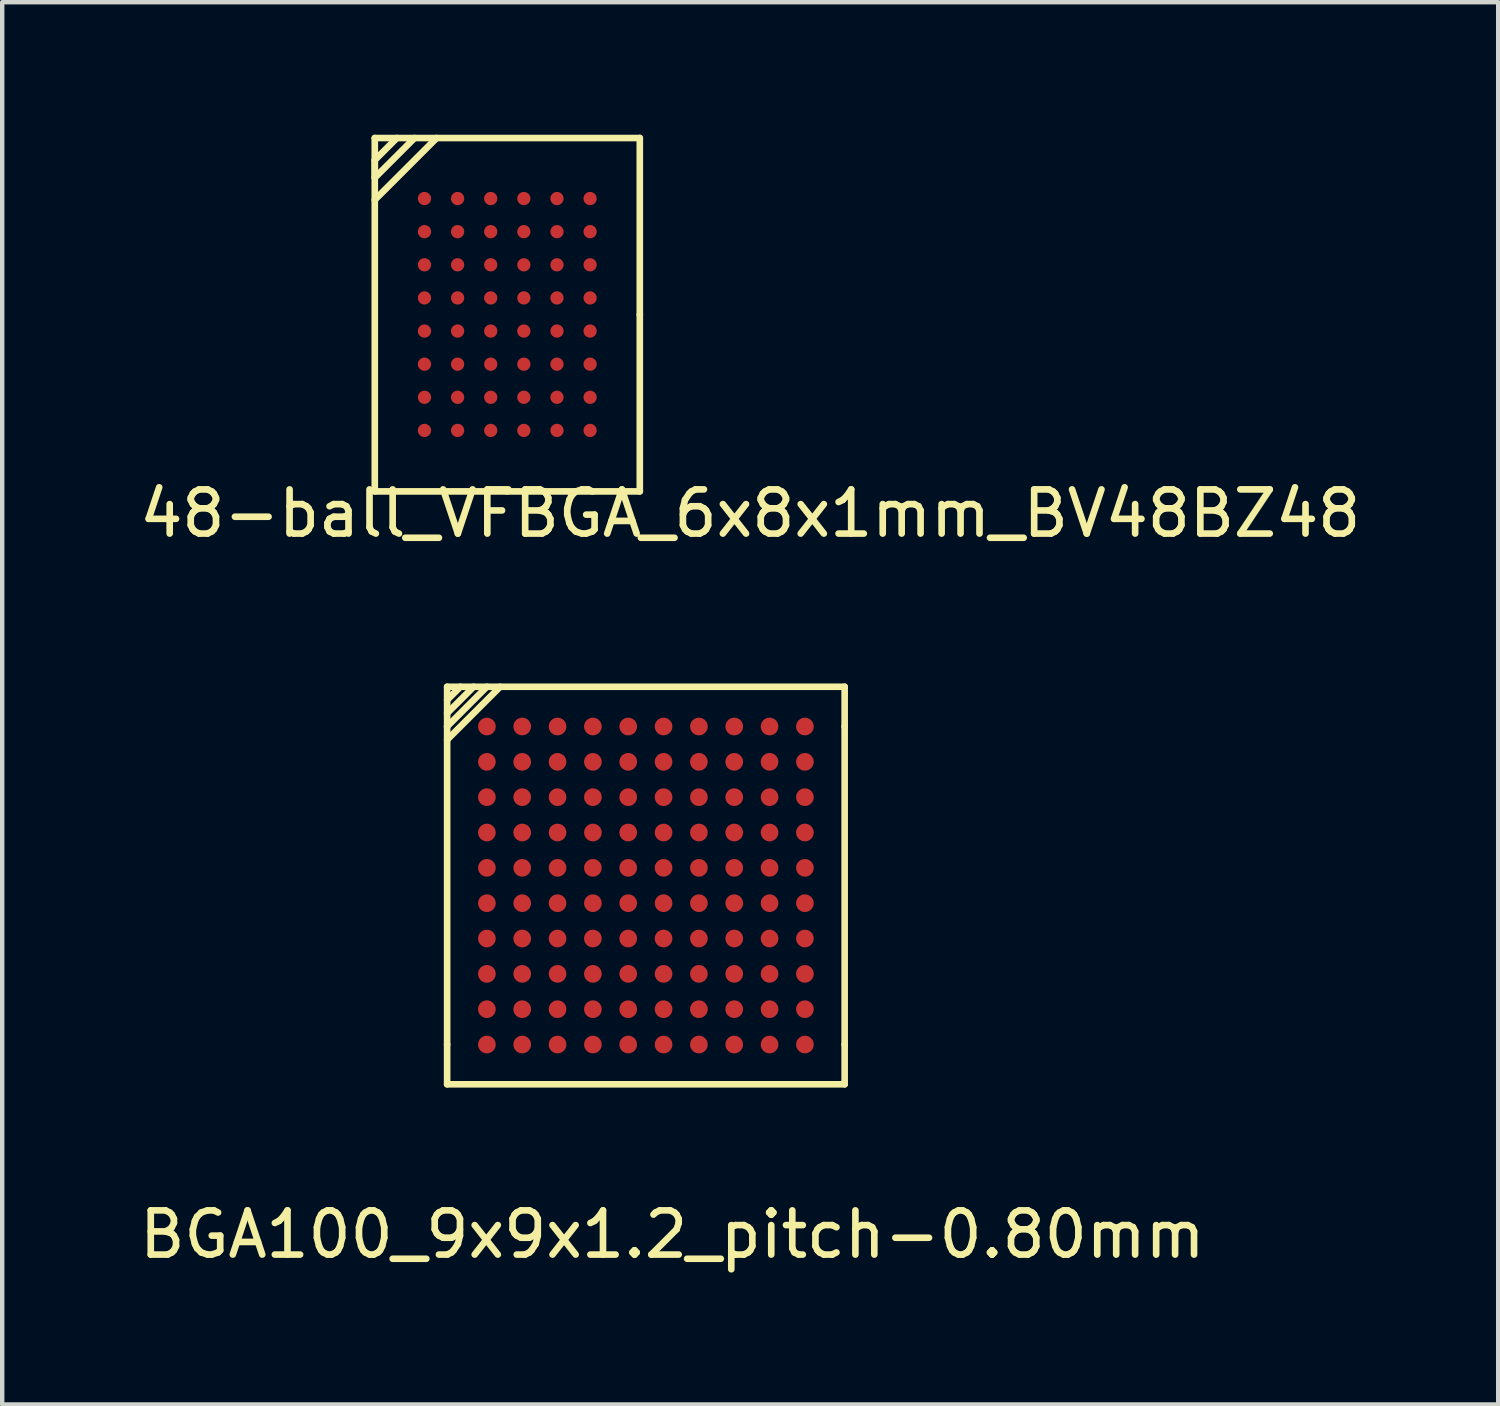
<source format=kicad_pcb>
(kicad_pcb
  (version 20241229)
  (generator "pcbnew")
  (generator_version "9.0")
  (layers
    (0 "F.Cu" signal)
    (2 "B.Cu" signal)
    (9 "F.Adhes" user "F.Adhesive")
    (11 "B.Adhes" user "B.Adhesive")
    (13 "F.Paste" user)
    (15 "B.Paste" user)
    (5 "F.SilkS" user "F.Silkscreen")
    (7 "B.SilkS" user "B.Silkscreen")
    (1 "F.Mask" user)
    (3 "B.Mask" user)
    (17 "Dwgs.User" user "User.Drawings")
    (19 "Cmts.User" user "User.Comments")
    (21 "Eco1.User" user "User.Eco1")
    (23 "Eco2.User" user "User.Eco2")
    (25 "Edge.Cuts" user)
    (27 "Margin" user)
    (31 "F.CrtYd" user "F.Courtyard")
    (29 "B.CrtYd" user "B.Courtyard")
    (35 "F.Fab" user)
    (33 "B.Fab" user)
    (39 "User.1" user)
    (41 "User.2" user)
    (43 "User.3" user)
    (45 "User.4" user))
  (footprint "48-ball_VFBGA_6x8x1mm_BV48BZ48"
    (layer "F.Cu")
    (at 8.435 4.075)
    (property "Reference" "48-ball_VFBGA_6x8x1mm_BV48BZ48" (at 5.5 4.5 0) (layer "F.SilkS") (effects (font (size 1 1) (thickness 0.15))))
    (attr through_hole)
    (fp_line (start -3 -4) (end -3 4) (stroke (width 0.15) (type solid)) (layer "F.SilkS"))
    (fp_line (start -3 -3.5) (end -2.5 -4) (stroke (width 0.15) (type solid)) (layer "F.SilkS"))
    (fp_line (start -3 -3.1) (end -3 -3.5) (stroke (width 0.15) (type solid)) (layer "F.SilkS"))
    (fp_line (start -3 -2.6) (end -1.6 -4) (stroke (width 0.15) (type solid)) (layer "F.SilkS"))
    (fp_line (start -3 4) (end 0 4) (stroke (width 0.15) (type solid)) (layer "F.SilkS"))
    (fp_line (start -2.1 -4) (end -3 -3.1) (stroke (width 0.15) (type solid)) (layer "F.SilkS"))
    (fp_line (start 0 4) (end 3 4) (stroke (width 0.15) (type solid)) (layer "F.SilkS"))
    (fp_line (start 3 -4) (end -3 -4) (stroke (width 0.15) (type solid)) (layer "F.SilkS"))
    (fp_line (start 3 0) (end 3 -4) (stroke (width 0.15) (type solid)) (layer "F.SilkS"))
    (fp_line (start 3 4) (end 3 0) (stroke (width 0.15) (type solid)) (layer "F.SilkS"))
    (pad "1A" smd circle (at -1.875 -2.63) (size 0.3 0.3) (layers "F.Cu" "F.Mask" "F.Paste"))
    (pad "1B" smd circle (at -1.875 -1.88) (size 0.3 0.3) (layers "F.Cu" "F.Mask" "F.Paste"))
    (pad "1C" smd circle (at -1.875 -1.13) (size 0.3 0.3) (layers "F.Cu" "F.Mask" "F.Paste"))
    (pad "1D" smd circle (at -1.875 -0.38) (size 0.3 0.3) (layers "F.Cu" "F.Mask" "F.Paste"))
    (pad "1E" smd circle (at -1.875 0.37) (size 0.3 0.3) (layers "F.Cu" "F.Mask" "F.Paste"))
    (pad "1F" smd circle (at -1.875 1.12) (size 0.3 0.3) (layers "F.Cu" "F.Mask" "F.Paste"))
    (pad "1G" smd circle (at -1.875 1.87) (size 0.3 0.3) (layers "F.Cu" "F.Mask" "F.Paste"))
    (pad "1H" smd circle (at -1.875 2.62) (size 0.3 0.3) (layers "F.Cu" "F.Mask" "F.Paste"))
    (pad "2A" smd circle (at -1.125 -2.63) (size 0.3 0.3) (layers "F.Cu" "F.Mask" "F.Paste"))
    (pad "2B" smd circle (at -1.125 -1.88) (size 0.3 0.3) (layers "F.Cu" "F.Mask" "F.Paste"))
    (pad "2C" smd circle (at -1.125 -1.13) (size 0.3 0.3) (layers "F.Cu" "F.Mask" "F.Paste"))
    (pad "2D" smd circle (at -1.125 -0.38) (size 0.3 0.3) (layers "F.Cu" "F.Mask" "F.Paste"))
    (pad "2E" smd circle (at -1.125 0.37) (size 0.3 0.3) (layers "F.Cu" "F.Mask" "F.Paste"))
    (pad "2F" smd circle (at -1.125 1.12) (size 0.3 0.3) (layers "F.Cu" "F.Mask" "F.Paste"))
    (pad "2G" smd circle (at -1.125 1.87) (size 0.3 0.3) (layers "F.Cu" "F.Mask" "F.Paste"))
    (pad "2H" smd circle (at -1.125 2.62) (size 0.3 0.3) (layers "F.Cu" "F.Mask" "F.Paste"))
    (pad "3A" smd circle (at -0.375 -2.63) (size 0.3 0.3) (layers "F.Cu" "F.Mask" "F.Paste"))
    (pad "3B" smd circle (at -0.375 -1.88) (size 0.3 0.3) (layers "F.Cu" "F.Mask" "F.Paste"))
    (pad "3C" smd circle (at -0.375 -1.13) (size 0.3 0.3) (layers "F.Cu" "F.Mask" "F.Paste"))
    (pad "3D" smd circle (at -0.375 -0.38) (size 0.3 0.3) (layers "F.Cu" "F.Mask" "F.Paste"))
    (pad "3E" smd circle (at -0.375 0.37) (size 0.3 0.3) (layers "F.Cu" "F.Mask" "F.Paste"))
    (pad "3F" smd circle (at -0.375 1.12) (size 0.3 0.3) (layers "F.Cu" "F.Mask" "F.Paste"))
    (pad "3G" smd circle (at -0.375 1.87) (size 0.3 0.3) (layers "F.Cu" "F.Mask" "F.Paste"))
    (pad "3H" smd circle (at -0.375 2.62) (size 0.3 0.3) (layers "F.Cu" "F.Mask" "F.Paste"))
    (pad "4A" smd circle (at 0.375 -2.63) (size 0.3 0.3) (layers "F.Cu" "F.Mask" "F.Paste"))
    (pad "4B" smd circle (at 0.375 -1.88) (size 0.3 0.3) (layers "F.Cu" "F.Mask" "F.Paste"))
    (pad "4C" smd circle (at 0.375 -1.13) (size 0.3 0.3) (layers "F.Cu" "F.Mask" "F.Paste"))
    (pad "4D" smd circle (at 0.375 -0.38) (size 0.3 0.3) (layers "F.Cu" "F.Mask" "F.Paste"))
    (pad "4E" smd circle (at 0.375 0.37) (size 0.3 0.3) (layers "F.Cu" "F.Mask" "F.Paste"))
    (pad "4F" smd circle (at 0.375 1.12) (size 0.3 0.3) (layers "F.Cu" "F.Mask" "F.Paste"))
    (pad "4G" smd circle (at 0.375 1.87) (size 0.3 0.3) (layers "F.Cu" "F.Mask" "F.Paste"))
    (pad "4H" smd circle (at 0.375 2.62) (size 0.3 0.3) (layers "F.Cu" "F.Mask" "F.Paste"))
    (pad "5A" smd circle (at 1.125 -2.63) (size 0.3 0.3) (layers "F.Cu" "F.Mask" "F.Paste"))
    (pad "5B" smd circle (at 1.125 -1.88) (size 0.3 0.3) (layers "F.Cu" "F.Mask" "F.Paste"))
    (pad "5C" smd circle (at 1.125 -1.13) (size 0.3 0.3) (layers "F.Cu" "F.Mask" "F.Paste"))
    (pad "5D" smd circle (at 1.125 -0.38) (size 0.3 0.3) (layers "F.Cu" "F.Mask" "F.Paste"))
    (pad "5E" smd circle (at 1.125 0.37) (size 0.3 0.3) (layers "F.Cu" "F.Mask" "F.Paste"))
    (pad "5F" smd circle (at 1.125 1.12) (size 0.3 0.3) (layers "F.Cu" "F.Mask" "F.Paste"))
    (pad "5G" smd circle (at 1.125 1.87) (size 0.3 0.3) (layers "F.Cu" "F.Mask" "F.Paste"))
    (pad "5H" smd circle (at 1.125 2.62 90) (size 0.3 0.3) (layers "F.Cu" "F.Mask" "F.Paste"))
    (pad "6A" smd circle (at 1.875 -2.63) (size 0.3 0.3) (layers "F.Cu" "F.Mask" "F.Paste"))
    (pad "6B" smd circle (at 1.875 -1.88) (size 0.3 0.3) (layers "F.Cu" "F.Mask" "F.Paste"))
    (pad "6C" smd circle (at 1.875 -1.13) (size 0.3 0.3) (layers "F.Cu" "F.Mask" "F.Paste"))
    (pad "6D" smd circle (at 1.875 -0.38) (size 0.3 0.3) (layers "F.Cu" "F.Mask" "F.Paste"))
    (pad "6E" smd circle (at 1.875 0.37) (size 0.3 0.3) (layers "F.Cu" "F.Mask" "F.Paste"))
    (pad "6F" smd circle (at 1.875 1.12) (size 0.3 0.3) (layers "F.Cu" "F.Mask" "F.Paste"))
    (pad "6G" smd circle (at 1.875 1.87) (size 0.3 0.3) (layers "F.Cu" "F.Mask" "F.Paste"))
    (pad "6H" smd circle (at 1.875 2.62) (size 0.3 0.3) (layers "F.Cu" "F.Mask" "F.Paste")))
  (footprint "BGA100_9x9x1.2_pitch-0.80mm"
    (layer "F.Cu")
    (at 11.573 16.998)
    (property "Reference" "BGA100_9x9x1.2_pitch-0.80mm" (at 0.6 7.9 0) (layer "F.SilkS") (effects (font (size 1 1) (thickness 0.15))))
    (attr through_hole)
    (fp_line (start -4.5 -4.5) (end 4.5 -4.5) (stroke (width 0.15) (type solid)) (layer "F.SilkS"))
    (fp_line (start -4.5 -4.2) (end -4.2 -4.5) (stroke (width 0.15) (type solid)) (layer "F.SilkS"))
    (fp_line (start -4.5 -3.9) (end -3.9 -4.5) (stroke (width 0.15) (type solid)) (layer "F.SilkS"))
    (fp_line (start -4.5 -3.6) (end -4.5 -4.5) (stroke (width 0.15) (type solid)) (layer "F.SilkS"))
    (fp_line (start -4.5 -3.3) (end -3.3 -4.5) (stroke (width 0.15) (type solid)) (layer "F.SilkS"))
    (fp_line (start -4.5 3.6) (end -4.5 -3.6) (stroke (width 0.15) (type solid)) (layer "F.SilkS"))
    (fp_line (start -4.5 3.6) (end -4.5 4.5) (stroke (width 0.15) (type solid)) (layer "F.SilkS"))
    (fp_line (start -4.5 4.5) (end 4.5 4.5) (stroke (width 0.15) (type solid)) (layer "F.SilkS"))
    (fp_line (start -3.6 -4.5) (end -4.5 -3.6) (stroke (width 0.15) (type solid)) (layer "F.SilkS"))
    (fp_line (start 4.5 -3.6) (end 4.5 -4.5) (stroke (width 0.15) (type solid)) (layer "F.SilkS"))
    (fp_line (start 4.5 3.6) (end 4.5 -3.6) (stroke (width 0.15) (type solid)) (layer "F.SilkS"))
    (fp_line (start 4.5 3.6) (end 4.5 4.5) (stroke (width 0.15) (type solid)) (layer "F.SilkS"))
    (pad "A1" smd circle (at -3.6 -3.6) (size 0.4 0.4) (layers "F.Cu" "F.Mask" "F.Paste"))
    (pad "A2" smd circle (at -2.8 -3.6) (size 0.4 0.4) (layers "F.Cu" "F.Mask" "F.Paste"))
    (pad "A3" smd circle (at -2 -3.6) (size 0.4 0.4) (layers "F.Cu" "F.Mask" "F.Paste"))
    (pad "A4" smd circle (at -1.2 -3.6) (size 0.4 0.4) (layers "F.Cu" "F.Mask" "F.Paste"))
    (pad "A5" smd circle (at -0.4 -3.6) (size 0.4 0.4) (layers "F.Cu" "F.Mask" "F.Paste"))
    (pad "A6" smd circle (at 0.4 -3.6) (size 0.4 0.4) (layers "F.Cu" "F.Mask" "F.Paste"))
    (pad "A7" smd circle (at 1.2 -3.6) (size 0.4 0.4) (layers "F.Cu" "F.Mask" "F.Paste"))
    (pad "A8" smd circle (at 2 -3.6) (size 0.4 0.4) (layers "F.Cu" "F.Mask" "F.Paste"))
    (pad "A9" smd circle (at 2.8 -3.6) (size 0.4 0.4) (layers "F.Cu" "F.Mask" "F.Paste"))
    (pad "A10" smd circle (at 3.6 -3.6) (size 0.4 0.4) (layers "F.Cu" "F.Mask" "F.Paste"))
    (pad "B1" smd circle (at -3.6 -2.8) (size 0.4 0.4) (layers "F.Cu" "F.Mask" "F.Paste"))
    (pad "B2" smd circle (at -2.8 -2.8) (size 0.4 0.4) (layers "F.Cu" "F.Mask" "F.Paste"))
    (pad "B3" smd circle (at -2 -2.8) (size 0.4 0.4) (layers "F.Cu" "F.Mask" "F.Paste"))
    (pad "B4" smd circle (at -1.2 -2.8) (size 0.4 0.4) (layers "F.Cu" "F.Mask" "F.Paste"))
    (pad "B5" smd circle (at -0.4 -2.8) (size 0.4 0.4) (layers "F.Cu" "F.Mask" "F.Paste"))
    (pad "B6" smd circle (at 0.4 -2.8) (size 0.4 0.4) (layers "F.Cu" "F.Mask" "F.Paste"))
    (pad "B7" smd circle (at 1.2 -2.8) (size 0.4 0.4) (layers "F.Cu" "F.Mask" "F.Paste"))
    (pad "B8" smd circle (at 2 -2.8) (size 0.4 0.4) (layers "F.Cu" "F.Mask" "F.Paste"))
    (pad "B9" smd circle (at 2.8 -2.8) (size 0.4 0.4) (layers "F.Cu" "F.Mask" "F.Paste"))
    (pad "B10" smd circle (at 3.6 -2.8) (size 0.4 0.4) (layers "F.Cu" "F.Mask" "F.Paste"))
    (pad "C1" smd circle (at -3.6 -2) (size 0.4 0.4) (layers "F.Cu" "F.Mask" "F.Paste"))
    (pad "C2" smd circle (at -2.8 -2) (size 0.4 0.4) (layers "F.Cu" "F.Mask" "F.Paste"))
    (pad "C3" smd circle (at -2 -2) (size 0.4 0.4) (layers "F.Cu" "F.Mask" "F.Paste"))
    (pad "C4" smd circle (at -1.2 -2) (size 0.4 0.4) (layers "F.Cu" "F.Mask" "F.Paste"))
    (pad "C5" smd circle (at -0.4 -2) (size 0.4 0.4) (layers "F.Cu" "F.Mask" "F.Paste"))
    (pad "C6" smd circle (at 0.4 -2) (size 0.4 0.4) (layers "F.Cu" "F.Mask" "F.Paste"))
    (pad "C7" smd circle (at 1.2 -2) (size 0.4 0.4) (layers "F.Cu" "F.Mask" "F.Paste"))
    (pad "C8" smd circle (at 2 -2) (size 0.4 0.4) (layers "F.Cu" "F.Mask" "F.Paste"))
    (pad "C9" smd circle (at 2.8 -2) (size 0.4 0.4) (layers "F.Cu" "F.Mask" "F.Paste"))
    (pad "C10" smd circle (at 3.6 -2) (size 0.4 0.4) (layers "F.Cu" "F.Mask" "F.Paste"))
    (pad "D1" smd circle (at -3.6 -1.2) (size 0.4 0.4) (layers "F.Cu" "F.Mask" "F.Paste"))
    (pad "D2" smd circle (at -2.8 -1.2) (size 0.4 0.4) (layers "F.Cu" "F.Mask" "F.Paste"))
    (pad "D3" smd circle (at -2 -1.2) (size 0.4 0.4) (layers "F.Cu" "F.Mask" "F.Paste"))
    (pad "D4" smd circle (at -1.2 -1.2) (size 0.4 0.4) (layers "F.Cu" "F.Mask" "F.Paste"))
    (pad "D5" smd circle (at -0.4 -1.2) (size 0.4 0.4) (layers "F.Cu" "F.Mask" "F.Paste"))
    (pad "D6" smd circle (at 0.4 -1.2) (size 0.4 0.4) (layers "F.Cu" "F.Mask" "F.Paste"))
    (pad "D7" smd circle (at 1.2 -1.2) (size 0.4 0.4) (layers "F.Cu" "F.Mask" "F.Paste"))
    (pad "D8" smd circle (at 2 -1.2) (size 0.4 0.4) (layers "F.Cu" "F.Mask" "F.Paste"))
    (pad "D9" smd circle (at 2.8 -1.2) (size 0.4 0.4) (layers "F.Cu" "F.Mask" "F.Paste"))
    (pad "D10" smd circle (at 3.6 -1.2) (size 0.4 0.4) (layers "F.Cu" "F.Mask" "F.Paste"))
    (pad "E1" smd circle (at -3.6 -0.4) (size 0.4 0.4) (layers "F.Cu" "F.Mask" "F.Paste"))
    (pad "E2" smd circle (at -2.8 -0.4) (size 0.4 0.4) (layers "F.Cu" "F.Mask" "F.Paste"))
    (pad "E3" smd circle (at -2 -0.4) (size 0.4 0.4) (layers "F.Cu" "F.Mask" "F.Paste"))
    (pad "E4" smd circle (at -1.2 -0.4) (size 0.4 0.4) (layers "F.Cu" "F.Mask" "F.Paste"))
    (pad "E5" smd circle (at -0.4 -0.4) (size 0.4 0.4) (layers "F.Cu" "F.Mask" "F.Paste"))
    (pad "E6" smd circle (at 0.4 -0.4) (size 0.4 0.4) (layers "F.Cu" "F.Mask" "F.Paste"))
    (pad "E7" smd circle (at 1.2 -0.4) (size 0.4 0.4) (layers "F.Cu" "F.Mask" "F.Paste"))
    (pad "E8" smd circle (at 2 -0.4) (size 0.4 0.4) (layers "F.Cu" "F.Mask" "F.Paste"))
    (pad "E9" smd circle (at 2.8 -0.4) (size 0.4 0.4) (layers "F.Cu" "F.Mask" "F.Paste"))
    (pad "E10" smd circle (at 3.6 -0.4) (size 0.4 0.4) (layers "F.Cu" "F.Mask" "F.Paste"))
    (pad "F1" smd circle (at -3.6 0.4) (size 0.4 0.4) (layers "F.Cu" "F.Mask" "F.Paste"))
    (pad "F2" smd circle (at -2.8 0.4) (size 0.4 0.4) (layers "F.Cu" "F.Mask" "F.Paste"))
    (pad "F3" smd circle (at -2 0.4) (size 0.4 0.4) (layers "F.Cu" "F.Mask" "F.Paste"))
    (pad "F4" smd circle (at -1.2 0.4) (size 0.4 0.4) (layers "F.Cu" "F.Mask" "F.Paste"))
    (pad "F5" smd circle (at -0.4 0.4) (size 0.4 0.4) (layers "F.Cu" "F.Mask" "F.Paste"))
    (pad "F6" smd circle (at 0.4 0.4) (size 0.4 0.4) (layers "F.Cu" "F.Mask" "F.Paste"))
    (pad "F7" smd circle (at 1.2 0.4) (size 0.4 0.4) (layers "F.Cu" "F.Mask" "F.Paste"))
    (pad "F8" smd circle (at 2 0.4) (size 0.4 0.4) (layers "F.Cu" "F.Mask" "F.Paste"))
    (pad "F9" smd circle (at 2.8 0.4) (size 0.4 0.4) (layers "F.Cu" "F.Mask" "F.Paste"))
    (pad "F10" smd circle (at 3.6 0.4) (size 0.4 0.4) (layers "F.Cu" "F.Mask" "F.Paste"))
    (pad "G1" smd circle (at -3.6 1.2) (size 0.4 0.4) (layers "F.Cu" "F.Mask" "F.Paste"))
    (pad "G2" smd circle (at -2.8 1.2) (size 0.4 0.4) (layers "F.Cu" "F.Mask" "F.Paste"))
    (pad "G3" smd circle (at -2 1.2) (size 0.4 0.4) (layers "F.Cu" "F.Mask" "F.Paste"))
    (pad "G4" smd circle (at -1.2 1.2) (size 0.4 0.4) (layers "F.Cu" "F.Mask" "F.Paste"))
    (pad "G5" smd circle (at -0.4 1.2) (size 0.4 0.4) (layers "F.Cu" "F.Mask" "F.Paste"))
    (pad "G6" smd circle (at 0.4 1.2) (size 0.4 0.4) (layers "F.Cu" "F.Mask" "F.Paste"))
    (pad "G7" smd circle (at 1.2 1.2) (size 0.4 0.4) (layers "F.Cu" "F.Mask" "F.Paste"))
    (pad "G8" smd circle (at 2 1.2) (size 0.4 0.4) (layers "F.Cu" "F.Mask" "F.Paste"))
    (pad "G9" smd circle (at 2.8 1.2) (size 0.4 0.4) (layers "F.Cu" "F.Mask" "F.Paste"))
    (pad "G10" smd circle (at 3.6 1.2) (size 0.4 0.4) (layers "F.Cu" "F.Mask" "F.Paste"))
    (pad "H1" smd circle (at -3.6 2) (size 0.4 0.4) (layers "F.Cu" "F.Mask" "F.Paste"))
    (pad "H2" smd circle (at -2.8 2) (size 0.4 0.4) (layers "F.Cu" "F.Mask" "F.Paste"))
    (pad "H3" smd circle (at -2 2) (size 0.4 0.4) (layers "F.Cu" "F.Mask" "F.Paste"))
    (pad "H4" smd circle (at -1.2 2) (size 0.4 0.4) (layers "F.Cu" "F.Mask" "F.Paste"))
    (pad "H5" smd circle (at -0.4 2) (size 0.4 0.4) (layers "F.Cu" "F.Mask" "F.Paste"))
    (pad "H6" smd circle (at 0.4 2) (size 0.4 0.4) (layers "F.Cu" "F.Mask" "F.Paste"))
    (pad "H7" smd circle (at 1.2 2) (size 0.4 0.4) (layers "F.Cu" "F.Mask" "F.Paste"))
    (pad "H8" smd circle (at 2 2) (size 0.4 0.4) (layers "F.Cu" "F.Mask" "F.Paste"))
    (pad "H9" smd circle (at 2.8 2) (size 0.4 0.4) (layers "F.Cu" "F.Mask" "F.Paste"))
    (pad "H10" smd circle (at 3.6 2) (size 0.4 0.4) (layers "F.Cu" "F.Mask" "F.Paste"))
    (pad "I1" smd circle (at -3.6 2.8) (size 0.4 0.4) (layers "F.Cu" "F.Mask" "F.Paste"))
    (pad "I2" smd circle (at -2.8 2.8) (size 0.4 0.4) (layers "F.Cu" "F.Mask" "F.Paste"))
    (pad "I3" smd circle (at -2 2.8) (size 0.4 0.4) (layers "F.Cu" "F.Mask" "F.Paste"))
    (pad "I4" smd circle (at -1.2 2.8) (size 0.4 0.4) (layers "F.Cu" "F.Mask" "F.Paste"))
    (pad "I5" smd circle (at -0.4 2.8) (size 0.4 0.4) (layers "F.Cu" "F.Mask" "F.Paste"))
    (pad "I6" smd circle (at 0.4 2.8) (size 0.4 0.4) (layers "F.Cu" "F.Mask" "F.Paste"))
    (pad "I7" smd circle (at 1.2 2.8) (size 0.4 0.4) (layers "F.Cu" "F.Mask" "F.Paste"))
    (pad "I8" smd circle (at 2 2.8) (size 0.4 0.4) (layers "F.Cu" "F.Mask" "F.Paste"))
    (pad "I9" smd circle (at 2.8 2.8) (size 0.4 0.4) (layers "F.Cu" "F.Mask" "F.Paste"))
    (pad "I10" smd circle (at 3.6 2.8) (size 0.4 0.4) (layers "F.Cu" "F.Mask" "F.Paste"))
    (pad "J1" smd circle (at -3.6 3.6) (size 0.4 0.4) (layers "F.Cu" "F.Mask" "F.Paste"))
    (pad "J2" smd circle (at -2.8 3.6) (size 0.4 0.4) (layers "F.Cu" "F.Mask" "F.Paste"))
    (pad "J3" smd circle (at -2 3.6) (size 0.4 0.4) (layers "F.Cu" "F.Mask" "F.Paste"))
    (pad "J4" smd circle (at -1.2 3.6) (size 0.4 0.4) (layers "F.Cu" "F.Mask" "F.Paste"))
    (pad "J5" smd circle (at -0.4 3.6) (size 0.4 0.4) (layers "F.Cu" "F.Mask" "F.Paste"))
    (pad "J6" smd circle (at 0.4 3.6) (size 0.4 0.4) (layers "F.Cu" "F.Mask" "F.Paste"))
    (pad "J7" smd circle (at 1.2 3.6) (size 0.4 0.4) (layers "F.Cu" "F.Mask" "F.Paste"))
    (pad "J8" smd circle (at 2 3.6) (size 0.4 0.4) (layers "F.Cu" "F.Mask" "F.Paste"))
    (pad "J9" smd circle (at 2.8 3.6) (size 0.4 0.4) (layers "F.Cu" "F.Mask" "F.Paste"))
    (pad "J10" smd circle (at 3.6 3.6) (size 0.4 0.4) (layers "F.Cu" "F.Mask" "F.Paste")))
  (gr_rect
    (start -3 -3)
    (end 30.869 28.747)
    (stroke (width 0.1) (type default))
    (fill no)
    (layer "Edge.Cuts")))
</source>
